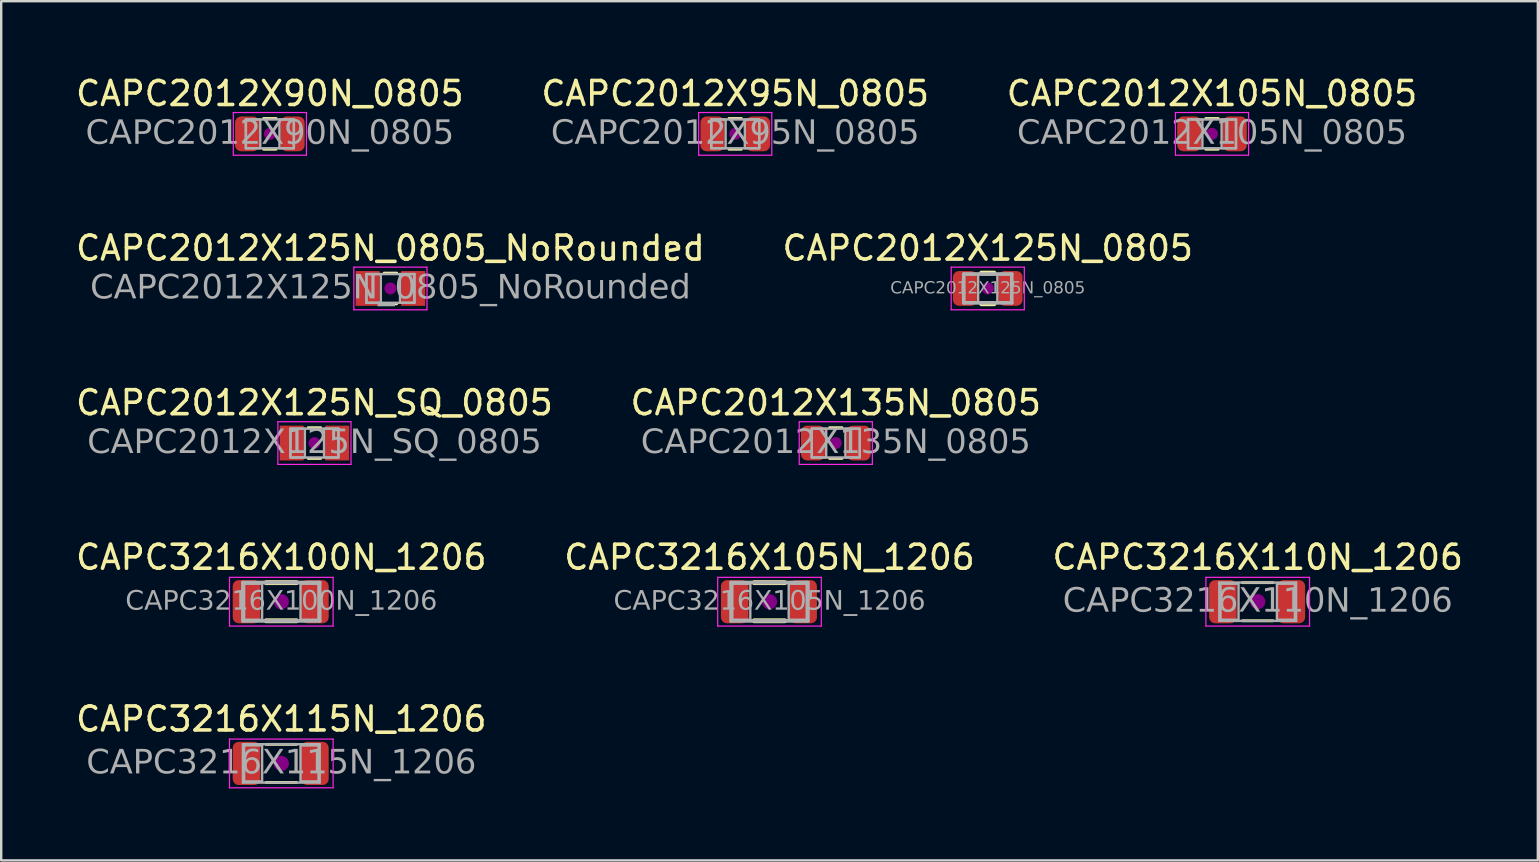
<source format=kicad_pcb>
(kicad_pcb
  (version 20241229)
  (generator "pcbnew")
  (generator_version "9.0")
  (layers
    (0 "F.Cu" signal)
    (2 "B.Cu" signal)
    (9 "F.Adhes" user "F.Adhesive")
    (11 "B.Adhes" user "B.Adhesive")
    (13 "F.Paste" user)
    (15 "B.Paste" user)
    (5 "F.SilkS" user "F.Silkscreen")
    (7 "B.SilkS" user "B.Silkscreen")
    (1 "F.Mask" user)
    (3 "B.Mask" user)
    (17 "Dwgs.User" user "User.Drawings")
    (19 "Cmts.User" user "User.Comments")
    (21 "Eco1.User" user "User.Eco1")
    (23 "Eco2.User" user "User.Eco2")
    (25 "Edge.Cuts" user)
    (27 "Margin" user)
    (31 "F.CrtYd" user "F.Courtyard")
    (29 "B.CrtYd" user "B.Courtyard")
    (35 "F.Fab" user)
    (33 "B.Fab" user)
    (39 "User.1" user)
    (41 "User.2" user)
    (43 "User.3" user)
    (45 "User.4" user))
  (footprint "CAPC2012X125N_SQ_0805"
    (layer "F.Cu")
    (at 10.054 15.413)
    (property "Reference" "CAPC2012X125N_SQ_0805" (at 0 -1.68 0) (layer "F.SilkS") (effects (font (size 1 1) (thickness 0.15))))
    (attr smd)
    (fp_line (start -0.261 -0.64) (end 0.261 -0.64) (stroke (width 0.12) (type solid)) (layer "F.SilkS"))
    (fp_line (start -0.261 0.64) (end 0.261 0.64) (stroke (width 0.12) (type solid)) (layer "F.SilkS"))
    (fp_circle (center 0 0) (end 0.25 0) (stroke (width 0) (type solid)) (fill yes) (layer "F.Adhes"))
    (fp_line (start -1.524 -0.889) (end 1.524 -0.889) (stroke (width 0.05) (type solid)) (layer "F.CrtYd"))
    (fp_line (start -1.524 0.889) (end -1.524 -0.889) (stroke (width 0.05) (type solid)) (layer "F.CrtYd"))
    (fp_line (start 1.524 -0.889) (end 1.524 0.889) (stroke (width 0.05) (type solid)) (layer "F.CrtYd"))
    (fp_line (start 1.524 0.889) (end -1.524 0.889) (stroke (width 0.05) (type solid)) (layer "F.CrtYd"))
    (fp_line (start -1 -0.6) (end 1 -0.6) (stroke (width 0.1) (type solid)) (layer "F.Fab"))
    (fp_line (start -1 0.6) (end -1 -0.6) (stroke (width 0.1) (type solid)) (layer "F.Fab"))
    (fp_line (start 1 -0.6) (end 1 0.6) (stroke (width 0.1) (type solid)) (layer "F.Fab"))
    (fp_line (start 1 0.6) (end -1 0.6) (stroke (width 0.1) (type solid)) (layer "F.Fab"))
    (fp_rect (start -1 -0.6) (end -0.4 0.6) (stroke (width 0.1) (type solid)) (fill no) (layer "F.Fab"))
    (fp_rect (start 0.4 -0.6) (end 1 0.6) (stroke (width 0.1) (type solid)) (fill no) (layer "F.Fab"))
    (fp_text user "${REFERENCE}" (at 0 0 0) (layer "F.Fab") (effects (font (face "Tahoma") (size 1 1) (thickness 0.15))))
    (pad "1" smd rect (at -0.95 0) (size 1 1.45) (layers "F.Cu" "F.Mask" "F.Paste"))
    (pad "2" smd rect (at 0.95 0) (size 1 1.45) (layers "F.Cu" "F.Mask" "F.Paste")))
  (footprint "CAPC3216X100N_1206"
    (layer "F.Cu")
    (at 8.673 22.025)
    (property "Reference" "CAPC3216X100N_1206" (at 0 -1.85 0) (layer "F.SilkS") (effects (font (size 1 1) (thickness 0.15))))
    (attr smd)
    (fp_line (start -0.635 -0.794) (end 0.635 -0.794) (stroke (width 0.203) (type solid)) (layer "F.SilkS"))
    (fp_line (start -0.635 0.794) (end 0.635 0.794) (stroke (width 0.203) (type solid)) (layer "F.SilkS"))
    (fp_circle (center 0 0) (end 0.318 0) (stroke (width 0) (type solid)) (fill yes) (layer "F.Adhes"))
    (fp_line (start -2.159 -1.016) (end 2.159 -1.016) (stroke (width 0.05) (type solid)) (layer "F.CrtYd"))
    (fp_line (start -2.159 1.016) (end -2.159 -1.016) (stroke (width 0.05) (type solid)) (layer "F.CrtYd"))
    (fp_line (start 2.159 -1.016) (end 2.159 1.016) (stroke (width 0.05) (type solid)) (layer "F.CrtYd"))
    (fp_line (start 2.159 1.016) (end -2.159 1.016) (stroke (width 0.05) (type solid)) (layer "F.CrtYd"))
    (fp_line (start -1.6 -0.8) (end 1.6 -0.8) (stroke (width 0.152) (type solid)) (layer "F.Fab"))
    (fp_line (start -1.6 0.8) (end -1.6 -0.8) (stroke (width 0.152) (type solid)) (layer "F.Fab"))
    (fp_line (start 1.6 -0.8) (end 1.6 0.8) (stroke (width 0.152) (type solid)) (layer "F.Fab"))
    (fp_line (start 1.6 0.8) (end -1.6 0.8) (stroke (width 0.152) (type solid)) (layer "F.Fab"))
    (fp_rect (start -0.8 0.75) (end -1.55 -0.75) (stroke (width 0.1) (type solid)) (fill no) (layer "F.Fab"))
    (fp_rect (start 0.8 -0.75) (end 1.55 0.75) (stroke (width 0.1) (type solid)) (fill no) (layer "F.Fab"))
    (fp_text user "${REFERENCE}" (at 0 0 0) (layer "F.Fab") (effects (font (face "Tahoma") (size 0.8 0.8) (thickness 0.12))))
    (pad "1" smd roundrect (at -1.45 0) (size 1.15 1.8) (layers "F.Cu" "F.Mask" "F.Paste") (roundrect_rratio 0.217))
    (pad "2" smd roundrect (at 1.4 0) (size 1.15 1.8) (layers "F.Cu" "F.Mask" "F.Paste") (roundrect_rratio 0.217)))
  (footprint "CAPC2012X125N_0805"
    (layer "F.Cu")
    (at 38.113 8.97)
    (property "Reference" "CAPC2012X125N_0805" (at 0 -1.68 0) (layer "F.SilkS") (effects (font (size 1 1) (thickness 0.15))))
    (attr smd)
    (fp_line (start -0.261 -0.64) (end 0.261 -0.64) (stroke (width 0.203) (type solid)) (layer "F.SilkS"))
    (fp_line (start -0.261 0.64) (end 0.261 0.64) (stroke (width 0.203) (type solid)) (layer "F.SilkS"))
    (fp_circle (center 0 0) (end 0.25 0) (stroke (width 0) (type solid)) (fill yes) (layer "F.Adhes"))
    (fp_line (start -1.524 -0.889) (end 1.524 -0.889) (stroke (width 0.05) (type solid)) (layer "F.CrtYd"))
    (fp_line (start -1.524 0.889) (end -1.524 -0.889) (stroke (width 0.05) (type solid)) (layer "F.CrtYd"))
    (fp_line (start 1.524 -0.889) (end 1.524 0.889) (stroke (width 0.05) (type solid)) (layer "F.CrtYd"))
    (fp_line (start 1.524 0.889) (end -1.524 0.889) (stroke (width 0.05) (type solid)) (layer "F.CrtYd"))
    (fp_line (start -1 -0.6) (end 1 -0.6) (stroke (width 0.152) (type solid)) (layer "F.Fab"))
    (fp_line (start -1 0.6) (end -1 -0.6) (stroke (width 0.152) (type solid)) (layer "F.Fab"))
    (fp_line (start 1 -0.6) (end 1 0.6) (stroke (width 0.152) (type solid)) (layer "F.Fab"))
    (fp_line (start 1 0.6) (end -1 0.6) (stroke (width 0.152) (type solid)) (layer "F.Fab"))
    (fp_rect (start -1 -0.6) (end -0.4 0.6) (stroke (width 0.1) (type solid)) (fill no) (layer "F.Fab"))
    (fp_rect (start 0.4 -0.6) (end 1 0.6) (stroke (width 0.1) (type solid)) (fill no) (layer "F.Fab"))
    (fp_text user "${REFERENCE}" (at 0 0 0) (layer "F.Fab") (effects (font (face "Tahoma") (size 0.5 0.5) (thickness 0.08))))
    (pad "1" smd roundrect (at -0.95 0) (size 1 1.45) (layers "F.Cu" "F.Mask" "F.Paste") (roundrect_rratio 0.25))
    (pad "2" smd roundrect (at 0.95 0) (size 1 1.45) (layers "F.Cu" "F.Mask" "F.Paste") (roundrect_rratio 0.25)))
  (footprint "CAPC2012X135N_0805"
    (layer "F.Cu")
    (at 31.78 15.413)
    (property "Reference" "CAPC2012X135N_0805" (at 0 -1.68 0) (layer "F.SilkS") (effects (font (size 1 1) (thickness 0.15))))
    (attr smd)
    (fp_line (start -0.261 -0.64) (end 0.261 -0.64) (stroke (width 0.12) (type solid)) (layer "F.SilkS"))
    (fp_line (start -0.261 0.64) (end 0.261 0.64) (stroke (width 0.12) (type solid)) (layer "F.SilkS"))
    (fp_circle (center 0 0) (end 0.25 0) (stroke (width 0) (type solid)) (fill yes) (layer "F.Adhes"))
    (fp_line (start -1.524 -0.889) (end 1.524 -0.889) (stroke (width 0.05) (type solid)) (layer "F.CrtYd"))
    (fp_line (start -1.524 0.889) (end -1.524 -0.889) (stroke (width 0.05) (type solid)) (layer "F.CrtYd"))
    (fp_line (start 1.524 -0.889) (end 1.524 0.889) (stroke (width 0.05) (type solid)) (layer "F.CrtYd"))
    (fp_line (start 1.524 0.889) (end -1.524 0.889) (stroke (width 0.05) (type solid)) (layer "F.CrtYd"))
    (fp_line (start -1 -0.6) (end 1 -0.6) (stroke (width 0.1) (type solid)) (layer "F.Fab"))
    (fp_line (start -1 0.6) (end -1 -0.6) (stroke (width 0.1) (type solid)) (layer "F.Fab"))
    (fp_line (start 1 -0.6) (end 1 0.6) (stroke (width 0.1) (type solid)) (layer "F.Fab"))
    (fp_line (start 1 0.6) (end -1 0.6) (stroke (width 0.1) (type solid)) (layer "F.Fab"))
    (fp_rect (start -1 -0.6) (end -0.4 0.6) (stroke (width 0.1) (type solid)) (fill no) (layer "F.Fab"))
    (fp_rect (start 0.4 -0.6) (end 1 0.6) (stroke (width 0.1) (type solid)) (fill no) (layer "F.Fab"))
    (fp_text user "${REFERENCE}" (at 0 0 0) (layer "F.Fab") (effects (font (face "Tahoma") (size 1 1) (thickness 0.15))))
    (pad "1" smd roundrect (at -0.95 0) (size 1 1.45) (layers "F.Cu" "F.Mask" "F.Paste") (roundrect_rratio 0.25))
    (pad "2" smd roundrect (at 0.95 0) (size 1 1.45) (layers "F.Cu" "F.Mask" "F.Paste") (roundrect_rratio 0.25)))
  (footprint "CAPC2012X105N_0805"
    (layer "F.Cu")
    (at 47.458 2.528)
    (property "Reference" "CAPC2012X105N_0805" (at 0 -1.68 0) (layer "F.SilkS") (effects (font (size 1 1) (thickness 0.15))))
    (attr smd)
    (fp_line (start -0.261 -0.64) (end 0.261 -0.64) (stroke (width 0.12) (type solid)) (layer "F.SilkS"))
    (fp_line (start -0.261 0.64) (end 0.261 0.64) (stroke (width 0.12) (type solid)) (layer "F.SilkS"))
    (fp_circle (center 0 0) (end 0.25 0) (stroke (width 0) (type solid)) (fill yes) (layer "F.Adhes"))
    (fp_line (start -1.524 -0.889) (end 1.524 -0.889) (stroke (width 0.05) (type solid)) (layer "F.CrtYd"))
    (fp_line (start -1.524 0.889) (end -1.524 -0.889) (stroke (width 0.05) (type solid)) (layer "F.CrtYd"))
    (fp_line (start 1.524 -0.889) (end 1.524 0.889) (stroke (width 0.05) (type solid)) (layer "F.CrtYd"))
    (fp_line (start 1.524 0.889) (end -1.524 0.889) (stroke (width 0.05) (type solid)) (layer "F.CrtYd"))
    (fp_line (start -1 -0.6) (end 1 -0.6) (stroke (width 0.1) (type solid)) (layer "F.Fab"))
    (fp_line (start -1 0.6) (end -1 -0.6) (stroke (width 0.1) (type solid)) (layer "F.Fab"))
    (fp_line (start 1 -0.6) (end 1 0.6) (stroke (width 0.1) (type solid)) (layer "F.Fab"))
    (fp_line (start 1 0.6) (end -1 0.6) (stroke (width 0.1) (type solid)) (layer "F.Fab"))
    (fp_rect (start -1 -0.6) (end -0.4 0.6) (stroke (width 0.1) (type solid)) (fill no) (layer "F.Fab"))
    (fp_rect (start 0.4 -0.6) (end 1 0.6) (stroke (width 0.1) (type solid)) (fill no) (layer "F.Fab"))
    (fp_text user "${REFERENCE}" (at 0 0 0) (layer "F.Fab") (effects (font (face "Tahoma") (size 1 1) (thickness 0.15))))
    (pad "1" smd roundrect (at -0.95 0) (size 1 1.45) (layers "F.Cu" "F.Mask" "F.Paste") (roundrect_rratio 0.25))
    (pad "2" smd roundrect (at 0.95 0) (size 1 1.45) (layers "F.Cu" "F.Mask" "F.Paste") (roundrect_rratio 0.25)))
  (footprint "CAPC3216X105N_1206"
    (layer "F.Cu")
    (at 29.018 22.025)
    (property "Reference" "CAPC3216X105N_1206" (at 0 -1.85 0) (layer "F.SilkS") (effects (font (size 1 1) (thickness 0.15))))
    (attr smd)
    (fp_line (start -0.635 -0.794) (end 0.635 -0.794) (stroke (width 0.203) (type solid)) (layer "F.SilkS"))
    (fp_line (start -0.635 0.794) (end 0.635 0.794) (stroke (width 0.203) (type solid)) (layer "F.SilkS"))
    (fp_circle (center 0 0) (end 0.318 0) (stroke (width 0) (type solid)) (fill yes) (layer "F.Adhes"))
    (fp_line (start -2.159 -1.016) (end 2.159 -1.016) (stroke (width 0.05) (type solid)) (layer "F.CrtYd"))
    (fp_line (start -2.159 1.016) (end -2.159 -1.016) (stroke (width 0.05) (type solid)) (layer "F.CrtYd"))
    (fp_line (start 2.159 -1.016) (end 2.159 1.016) (stroke (width 0.05) (type solid)) (layer "F.CrtYd"))
    (fp_line (start 2.159 1.016) (end -2.159 1.016) (stroke (width 0.05) (type solid)) (layer "F.CrtYd"))
    (fp_line (start -1.6 -0.8) (end 1.6 -0.8) (stroke (width 0.152) (type solid)) (layer "F.Fab"))
    (fp_line (start -1.6 0.8) (end -1.6 -0.8) (stroke (width 0.152) (type solid)) (layer "F.Fab"))
    (fp_line (start 1.6 -0.8) (end 1.6 0.8) (stroke (width 0.152) (type solid)) (layer "F.Fab"))
    (fp_line (start 1.6 0.8) (end -1.6 0.8) (stroke (width 0.152) (type solid)) (layer "F.Fab"))
    (fp_rect (start -0.8 0.75) (end -1.55 -0.75) (stroke (width 0.1) (type solid)) (fill no) (layer "F.Fab"))
    (fp_rect (start 0.8 -0.75) (end 1.55 0.75) (stroke (width 0.1) (type solid)) (fill no) (layer "F.Fab"))
    (fp_text user "${REFERENCE}" (at 0 0 0) (layer "F.Fab") (effects (font (face "Tahoma") (size 0.8 0.8) (thickness 0.12))))
    (pad "1" smd roundrect (at -1.45 0) (size 1.15 1.8) (layers "F.Cu" "F.Mask" "F.Paste") (roundrect_rratio 0.217))
    (pad "2" smd roundrect (at 1.4 0) (size 1.15 1.8) (layers "F.Cu" "F.Mask" "F.Paste") (roundrect_rratio 0.217)))
  (footprint "CAPC2012X90N_0805"
    (layer "F.Cu")
    (at 8.196 2.528)
    (property "Reference" "CAPC2012X90N_0805" (at 0 -1.68 0) (layer "F.SilkS") (effects (font (size 1 1) (thickness 0.15))))
    (attr smd)
    (fp_line (start -0.261 -0.64) (end 0.261 -0.64) (stroke (width 0.12) (type solid)) (layer "F.SilkS"))
    (fp_line (start -0.261 0.64) (end 0.261 0.64) (stroke (width 0.12) (type solid)) (layer "F.SilkS"))
    (fp_circle (center 0 0) (end 0.25 0) (stroke (width 0) (type solid)) (fill yes) (layer "F.Adhes"))
    (fp_line (start -1.524 -0.889) (end 1.524 -0.889) (stroke (width 0.05) (type solid)) (layer "F.CrtYd"))
    (fp_line (start -1.524 0.889) (end -1.524 -0.889) (stroke (width 0.05) (type solid)) (layer "F.CrtYd"))
    (fp_line (start 1.524 -0.889) (end 1.524 0.889) (stroke (width 0.05) (type solid)) (layer "F.CrtYd"))
    (fp_line (start 1.524 0.889) (end -1.524 0.889) (stroke (width 0.05) (type solid)) (layer "F.CrtYd"))
    (fp_line (start -1 -0.6) (end 1 -0.6) (stroke (width 0.1) (type solid)) (layer "F.Fab"))
    (fp_line (start -1 0.6) (end -1 -0.6) (stroke (width 0.1) (type solid)) (layer "F.Fab"))
    (fp_line (start 1 -0.6) (end 1 0.6) (stroke (width 0.1) (type solid)) (layer "F.Fab"))
    (fp_line (start 1 0.6) (end -1 0.6) (stroke (width 0.1) (type solid)) (layer "F.Fab"))
    (fp_rect (start -1 -0.6) (end -0.4 0.6) (stroke (width 0.1) (type solid)) (fill no) (layer "F.Fab"))
    (fp_rect (start 0.4 -0.6) (end 1 0.6) (stroke (width 0.1) (type solid)) (fill no) (layer "F.Fab"))
    (fp_text user "${REFERENCE}" (at 0 0 0) (layer "F.Fab") (effects (font (face "Tahoma") (size 1 1) (thickness 0.15))))
    (pad "1" smd roundrect (at -0.95 0) (size 1 1.45) (layers "F.Cu" "F.Mask" "F.Paste") (roundrect_rratio 0.25))
    (pad "2" smd roundrect (at 0.95 0) (size 1 1.45) (layers "F.Cu" "F.Mask" "F.Paste") (roundrect_rratio 0.25)))
  (footprint "CAPC2012X125N_0805_NoRounded"
    (layer "F.Cu")
    (at 13.22 8.97)
    (property "Reference" "CAPC2012X125N_0805_NoRounded" (at 0 -1.68 0) (layer "F.SilkS") (effects (font (size 1 1) (thickness 0.15))))
    (attr smd)
    (fp_line (start -0.261 -0.64) (end 0.261 -0.64) (stroke (width 0.12) (type solid)) (layer "F.SilkS"))
    (fp_line (start -0.261 0.64) (end 0.261 0.64) (stroke (width 0.12) (type solid)) (layer "F.SilkS"))
    (fp_circle (center 0 0) (end 0.25 0) (stroke (width 0) (type solid)) (fill yes) (layer "F.Adhes"))
    (fp_line (start -1.524 -0.889) (end 1.524 -0.889) (stroke (width 0.05) (type solid)) (layer "F.CrtYd"))
    (fp_line (start -1.524 0.889) (end -1.524 -0.889) (stroke (width 0.05) (type solid)) (layer "F.CrtYd"))
    (fp_line (start 1.524 -0.889) (end 1.524 0.889) (stroke (width 0.05) (type solid)) (layer "F.CrtYd"))
    (fp_line (start 1.524 0.889) (end -1.524 0.889) (stroke (width 0.05) (type solid)) (layer "F.CrtYd"))
    (fp_line (start -1 -0.6) (end 1 -0.6) (stroke (width 0.1) (type solid)) (layer "F.Fab"))
    (fp_line (start -1 0.6) (end -1 -0.6) (stroke (width 0.1) (type solid)) (layer "F.Fab"))
    (fp_line (start 1 -0.6) (end 1 0.6) (stroke (width 0.1) (type solid)) (layer "F.Fab"))
    (fp_line (start 1 0.6) (end -1 0.6) (stroke (width 0.1) (type solid)) (layer "F.Fab"))
    (fp_rect (start -1 -0.6) (end -0.4 0.6) (stroke (width 0.1) (type solid)) (fill no) (layer "F.Fab"))
    (fp_rect (start 0.4 -0.6) (end 1 0.6) (stroke (width 0.1) (type solid)) (fill no) (layer "F.Fab"))
    (fp_text user "${REFERENCE}" (at 0 0 0) (layer "F.Fab") (effects (font (face "Tahoma") (size 1 1) (thickness 0.15))))
    (pad "1" smd rect (at -0.95 0) (size 1 1.45) (layers "F.Cu" "F.Mask" "F.Paste"))
    (pad "2" smd rect (at 0.95 0) (size 1 1.45) (layers "F.Cu" "F.Mask" "F.Paste")))
  (footprint "CAPC3216X115N_1206"
    (layer "F.Cu")
    (at 8.673 28.764)
    (property "Reference" "CAPC3216X115N_1206" (at 0 -1.85 0) (layer "F.SilkS") (effects (font (size 1 1) (thickness 0.15))))
    (attr smd)
    (fp_line (start -0.635 -0.794) (end 0.635 -0.794) (stroke (width 0.12) (type solid)) (layer "F.SilkS"))
    (fp_line (start -0.635 0.794) (end 0.635 0.794) (stroke (width 0.12) (type solid)) (layer "F.SilkS"))
    (fp_circle (center 0 0) (end 0.318 0) (stroke (width 0) (type solid)) (fill yes) (layer "F.Adhes"))
    (fp_line (start -2.159 -1.016) (end 2.159 -1.016) (stroke (width 0.05) (type solid)) (layer "F.CrtYd"))
    (fp_line (start -2.159 1.016) (end -2.159 -1.016) (stroke (width 0.05) (type solid)) (layer "F.CrtYd"))
    (fp_line (start 2.159 -1.016) (end 2.159 1.016) (stroke (width 0.05) (type solid)) (layer "F.CrtYd"))
    (fp_line (start 2.159 1.016) (end -2.159 1.016) (stroke (width 0.05) (type solid)) (layer "F.CrtYd"))
    (fp_line (start -1.6 -0.8) (end 1.6 -0.8) (stroke (width 0.1) (type solid)) (layer "F.Fab"))
    (fp_line (start -1.6 0.8) (end -1.6 -0.8) (stroke (width 0.1) (type solid)) (layer "F.Fab"))
    (fp_line (start 1.6 -0.8) (end 1.6 0.8) (stroke (width 0.1) (type solid)) (layer "F.Fab"))
    (fp_line (start 1.6 0.8) (end -1.6 0.8) (stroke (width 0.1) (type solid)) (layer "F.Fab"))
    (fp_rect (start -0.8 0.75) (end -1.55 -0.75) (stroke (width 0.1) (type solid)) (fill no) (layer "F.Fab"))
    (fp_rect (start 0.8 -0.75) (end 1.55 0.75) (stroke (width 0.1) (type solid)) (fill no) (layer "F.Fab"))
    (fp_text user "${REFERENCE}" (at 0 0 0) (layer "F.Fab") (effects (font (face "Tahoma") (size 1 1) (thickness 0.15))))
    (pad "1" smd roundrect (at -1.45 0) (size 1.15 1.8) (layers "F.Cu" "F.Mask" "F.Paste") (roundrect_rratio 0.217))
    (pad "2" smd roundrect (at 1.4 0) (size 1.15 1.8) (layers "F.Cu" "F.Mask" "F.Paste") (roundrect_rratio 0.217)))
  (footprint "CAPC2012X95N_0805"
    (layer "F.Cu")
    (at 27.589 2.528)
    (property "Reference" "CAPC2012X95N_0805" (at 0 -1.68 0) (layer "F.SilkS") (effects (font (size 1 1) (thickness 0.15))))
    (attr smd)
    (fp_line (start -0.261 -0.64) (end 0.261 -0.64) (stroke (width 0.12) (type solid)) (layer "F.SilkS"))
    (fp_line (start -0.261 0.64) (end 0.261 0.64) (stroke (width 0.12) (type solid)) (layer "F.SilkS"))
    (fp_circle (center 0 0) (end 0.25 0) (stroke (width 0) (type solid)) (fill yes) (layer "F.Adhes"))
    (fp_line (start -1.524 -0.889) (end 1.524 -0.889) (stroke (width 0.05) (type solid)) (layer "F.CrtYd"))
    (fp_line (start -1.524 0.889) (end -1.524 -0.889) (stroke (width 0.05) (type solid)) (layer "F.CrtYd"))
    (fp_line (start 1.524 -0.889) (end 1.524 0.889) (stroke (width 0.05) (type solid)) (layer "F.CrtYd"))
    (fp_line (start 1.524 0.889) (end -1.524 0.889) (stroke (width 0.05) (type solid)) (layer "F.CrtYd"))
    (fp_line (start -1 -0.6) (end 1 -0.6) (stroke (width 0.1) (type solid)) (layer "F.Fab"))
    (fp_line (start -1 0.6) (end -1 -0.6) (stroke (width 0.1) (type solid)) (layer "F.Fab"))
    (fp_line (start 1 -0.6) (end 1 0.6) (stroke (width 0.1) (type solid)) (layer "F.Fab"))
    (fp_line (start 1 0.6) (end -1 0.6) (stroke (width 0.1) (type solid)) (layer "F.Fab"))
    (fp_rect (start -1 -0.6) (end -0.4 0.6) (stroke (width 0.1) (type solid)) (fill no) (layer "F.Fab"))
    (fp_rect (start 0.4 -0.6) (end 1 0.6) (stroke (width 0.1) (type solid)) (fill no) (layer "F.Fab"))
    (fp_text user "${REFERENCE}" (at 0 0 0) (layer "F.Fab") (effects (font (face "Tahoma") (size 1 1) (thickness 0.15))))
    (pad "1" smd roundrect (at -0.95 0) (size 1 1.45) (layers "F.Cu" "F.Mask" "F.Paste") (roundrect_rratio 0.25))
    (pad "2" smd roundrect (at 0.95 0) (size 1 1.45) (layers "F.Cu" "F.Mask" "F.Paste") (roundrect_rratio 0.25)))
  (footprint "CAPC3216X110N_1206"
    (layer "F.Cu")
    (at 49.363 22.025)
    (property "Reference" "CAPC3216X110N_1206" (at 0 -1.85 0) (layer "F.SilkS") (effects (font (size 1 1) (thickness 0.15))))
    (attr smd)
    (fp_line (start -0.635 -0.794) (end 0.635 -0.794) (stroke (width 0.12) (type solid)) (layer "F.SilkS"))
    (fp_line (start -0.635 0.794) (end 0.635 0.794) (stroke (width 0.12) (type solid)) (layer "F.SilkS"))
    (fp_circle (center 0 0) (end 0.318 0) (stroke (width 0) (type solid)) (fill yes) (layer "F.Adhes"))
    (fp_line (start -2.159 -1.016) (end 2.159 -1.016) (stroke (width 0.05) (type solid)) (layer "F.CrtYd"))
    (fp_line (start -2.159 1.016) (end -2.159 -1.016) (stroke (width 0.05) (type solid)) (layer "F.CrtYd"))
    (fp_line (start 2.159 -1.016) (end 2.159 1.016) (stroke (width 0.05) (type solid)) (layer "F.CrtYd"))
    (fp_line (start 2.159 1.016) (end -2.159 1.016) (stroke (width 0.05) (type solid)) (layer "F.CrtYd"))
    (fp_line (start -1.6 -0.8) (end 1.6 -0.8) (stroke (width 0.1) (type solid)) (layer "F.Fab"))
    (fp_line (start -1.6 0.8) (end -1.6 -0.8) (stroke (width 0.1) (type solid)) (layer "F.Fab"))
    (fp_line (start 1.6 -0.8) (end 1.6 0.8) (stroke (width 0.1) (type solid)) (layer "F.Fab"))
    (fp_line (start 1.6 0.8) (end -1.6 0.8) (stroke (width 0.1) (type solid)) (layer "F.Fab"))
    (fp_rect (start -0.8 0.75) (end -1.55 -0.75) (stroke (width 0.1) (type solid)) (fill no) (layer "F.Fab"))
    (fp_rect (start 0.8 -0.75) (end 1.55 0.75) (stroke (width 0.1) (type solid)) (fill no) (layer "F.Fab"))
    (fp_text user "${REFERENCE}" (at 0 0 0) (layer "F.Fab") (effects (font (face "Tahoma") (size 1 1) (thickness 0.15))))
    (pad "1" smd roundrect (at -1.45 0) (size 1.15 1.8) (layers "F.Cu" "F.Mask" "F.Paste") (roundrect_rratio 0.217))
    (pad "2" smd roundrect (at 1.4 0) (size 1.15 1.8) (layers "F.Cu" "F.Mask" "F.Paste") (roundrect_rratio 0.217)))
  (gr_rect
    (start -3 -3)
    (end 61.036 32.805)
    (stroke (width 0.1) (type default))
    (fill no)
    (layer "Edge.Cuts")))
</source>
